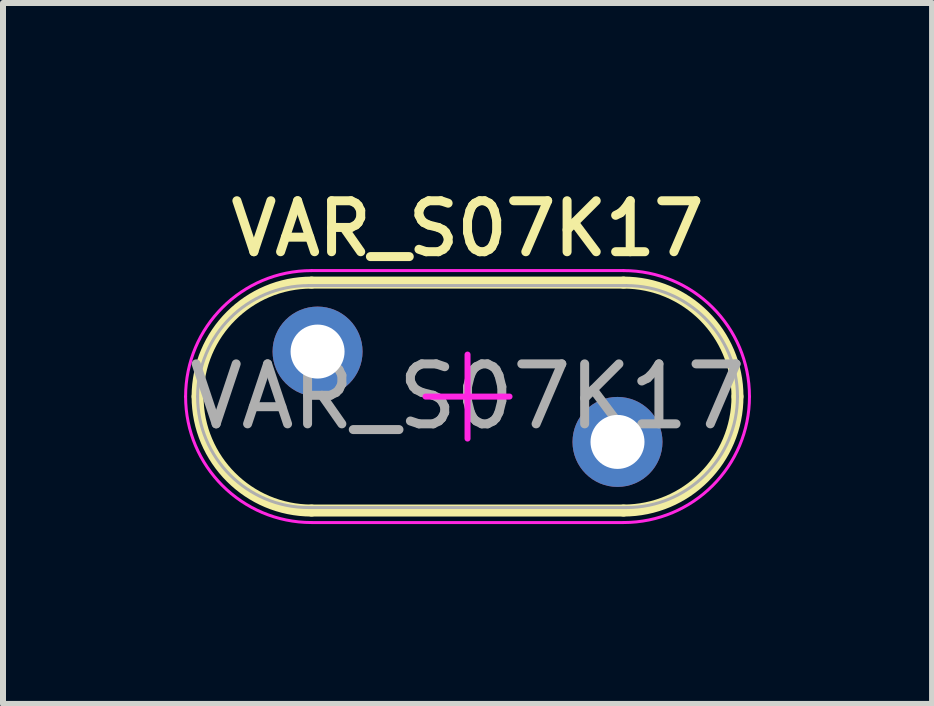
<source format=kicad_pcb>
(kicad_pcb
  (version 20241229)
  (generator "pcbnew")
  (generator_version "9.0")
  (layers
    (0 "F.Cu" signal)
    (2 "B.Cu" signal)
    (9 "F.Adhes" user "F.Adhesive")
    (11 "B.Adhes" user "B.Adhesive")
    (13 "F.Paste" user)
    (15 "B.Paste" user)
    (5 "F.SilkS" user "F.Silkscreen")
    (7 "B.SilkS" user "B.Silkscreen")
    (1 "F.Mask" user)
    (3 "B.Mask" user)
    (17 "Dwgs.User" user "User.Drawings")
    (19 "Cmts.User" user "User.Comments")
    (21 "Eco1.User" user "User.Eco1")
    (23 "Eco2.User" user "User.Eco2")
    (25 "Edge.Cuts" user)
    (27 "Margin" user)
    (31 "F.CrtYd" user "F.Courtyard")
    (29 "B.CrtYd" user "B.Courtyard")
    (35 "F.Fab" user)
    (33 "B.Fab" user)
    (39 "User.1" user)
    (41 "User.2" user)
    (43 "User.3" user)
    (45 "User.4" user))
  (footprint "VAR_S07K17"
    (layer "F.Cu")
    (at 4.744 3.561)
    (property "Reference" "VAR_S07K17" (at 0 -2.8 180) (layer "F.SilkS") (effects (font (size 0.85 0.85) (thickness 0.15))))
    (attr through_hole)
    (fp_line (start -2.6 -1.9) (end 2.6 -1.9) (stroke (width 0.2) (type solid)) (layer "F.SilkS"))
    (fp_line (start 2.6 1.9) (end -2.6 1.9) (stroke (width 0.2) (type solid)) (layer "F.SilkS"))
    (fp_arc (start -4.5 0) (mid -3.943503 -1.343503) (end -2.6 -1.9) (stroke (width 0.2) (type solid)) (layer "F.SilkS"))
    (fp_arc (start -2.6 1.9) (mid -3.943503 1.343503) (end -4.5 0) (stroke (width 0.2) (type solid)) (layer "F.SilkS"))
    (fp_arc (start 2.6 -1.9) (mid 3.943503 -1.343503) (end 4.5 0) (stroke (width 0.2) (type solid)) (layer "F.SilkS"))
    (fp_arc (start 4.5 0) (mid 3.943503 1.343503) (end 2.6 1.9) (stroke (width 0.2) (type solid)) (layer "F.SilkS"))
    (fp_line (start -2.6 -2.1) (end 2.6 -2.1) (stroke (width 0.05) (type solid)) (layer "F.CrtYd"))
    (fp_line (start 0 -0.7) (end 0 0.7) (stroke (width 0.1) (type solid)) (layer "F.CrtYd"))
    (fp_line (start 0.7 0) (end -0.7 0) (stroke (width 0.1) (type solid)) (layer "F.CrtYd"))
    (fp_line (start 2.6 2.1) (end -2.6 2.1) (stroke (width 0.05) (type solid)) (layer "F.CrtYd"))
    (fp_arc (start -4.7 0) (mid -4.084924 -1.484924) (end -2.6 -2.1) (stroke (width 0.05) (type solid)) (layer "F.CrtYd"))
    (fp_arc (start -2.6 2.1) (mid -4.084924 1.484924) (end -4.7 0) (stroke (width 0.05) (type solid)) (layer "F.CrtYd"))
    (fp_arc (start 2.6 -2.1) (mid 4.084924 -1.484924) (end 4.7 0) (stroke (width 0.05) (type solid)) (layer "F.CrtYd"))
    (fp_arc (start 4.7 0) (mid 4.084924 1.484924) (end 2.6 2.1) (stroke (width 0.05) (type solid)) (layer "F.CrtYd"))
    (fp_line (start -2.65 -1.85) (end 2.65 -1.85) (stroke (width 0.05) (type solid)) (layer "F.Fab"))
    (fp_line (start 2.65 1.85) (end -2.65 1.85) (stroke (width 0.05) (type solid)) (layer "F.Fab"))
    (fp_arc (start -4.5 0) (mid -3.959289 -1.307005) (end -2.653229 -1.849997) (stroke (width 0.05) (type solid)) (layer "F.Fab"))
    (fp_arc (start -2.65 1.85) (mid -3.958148 1.308148) (end -4.5 0) (stroke (width 0.05) (type solid)) (layer "F.Fab"))
    (fp_arc (start 2.65 -1.85) (mid 3.958148 -1.308148) (end 4.5 0) (stroke (width 0.05) (type solid)) (layer "F.Fab"))
    (fp_arc (start 4.5 0) (mid 3.958148 1.308148) (end 2.65 1.85) (stroke (width 0.05) (type solid)) (layer "F.Fab"))
    (fp_circle (center -2.5 -0.75) (end -2.2 -0.75) (stroke (width 0.05) (type solid)) (fill no) (layer "F.Fab"))
    (fp_circle (center 2.5 0.75) (end 2.8 0.75) (stroke (width 0.05) (type solid)) (fill no) (layer "F.Fab"))
    (fp_text user "${REFERENCE}" (at 0 0 0) (layer "F.Fab") (effects (font (size 1 1) (thickness 0.15))))
    (pad "1" thru_hole circle (at -2.5 -0.75) (size 1.5 1.5) (drill 0.9) (layers "*.Cu" "*.Mask"))
    (pad "2" thru_hole circle (at 2.5 0.756) (size 1.5 1.5) (drill 0.9) (layers "*.Cu" "*.Mask")))
  (gr_rect
    (start -3 -3)
    (end 12.488 8.685)
    (stroke (width 0.1) (type default))
    (fill no)
    (layer "Edge.Cuts")))
</source>
